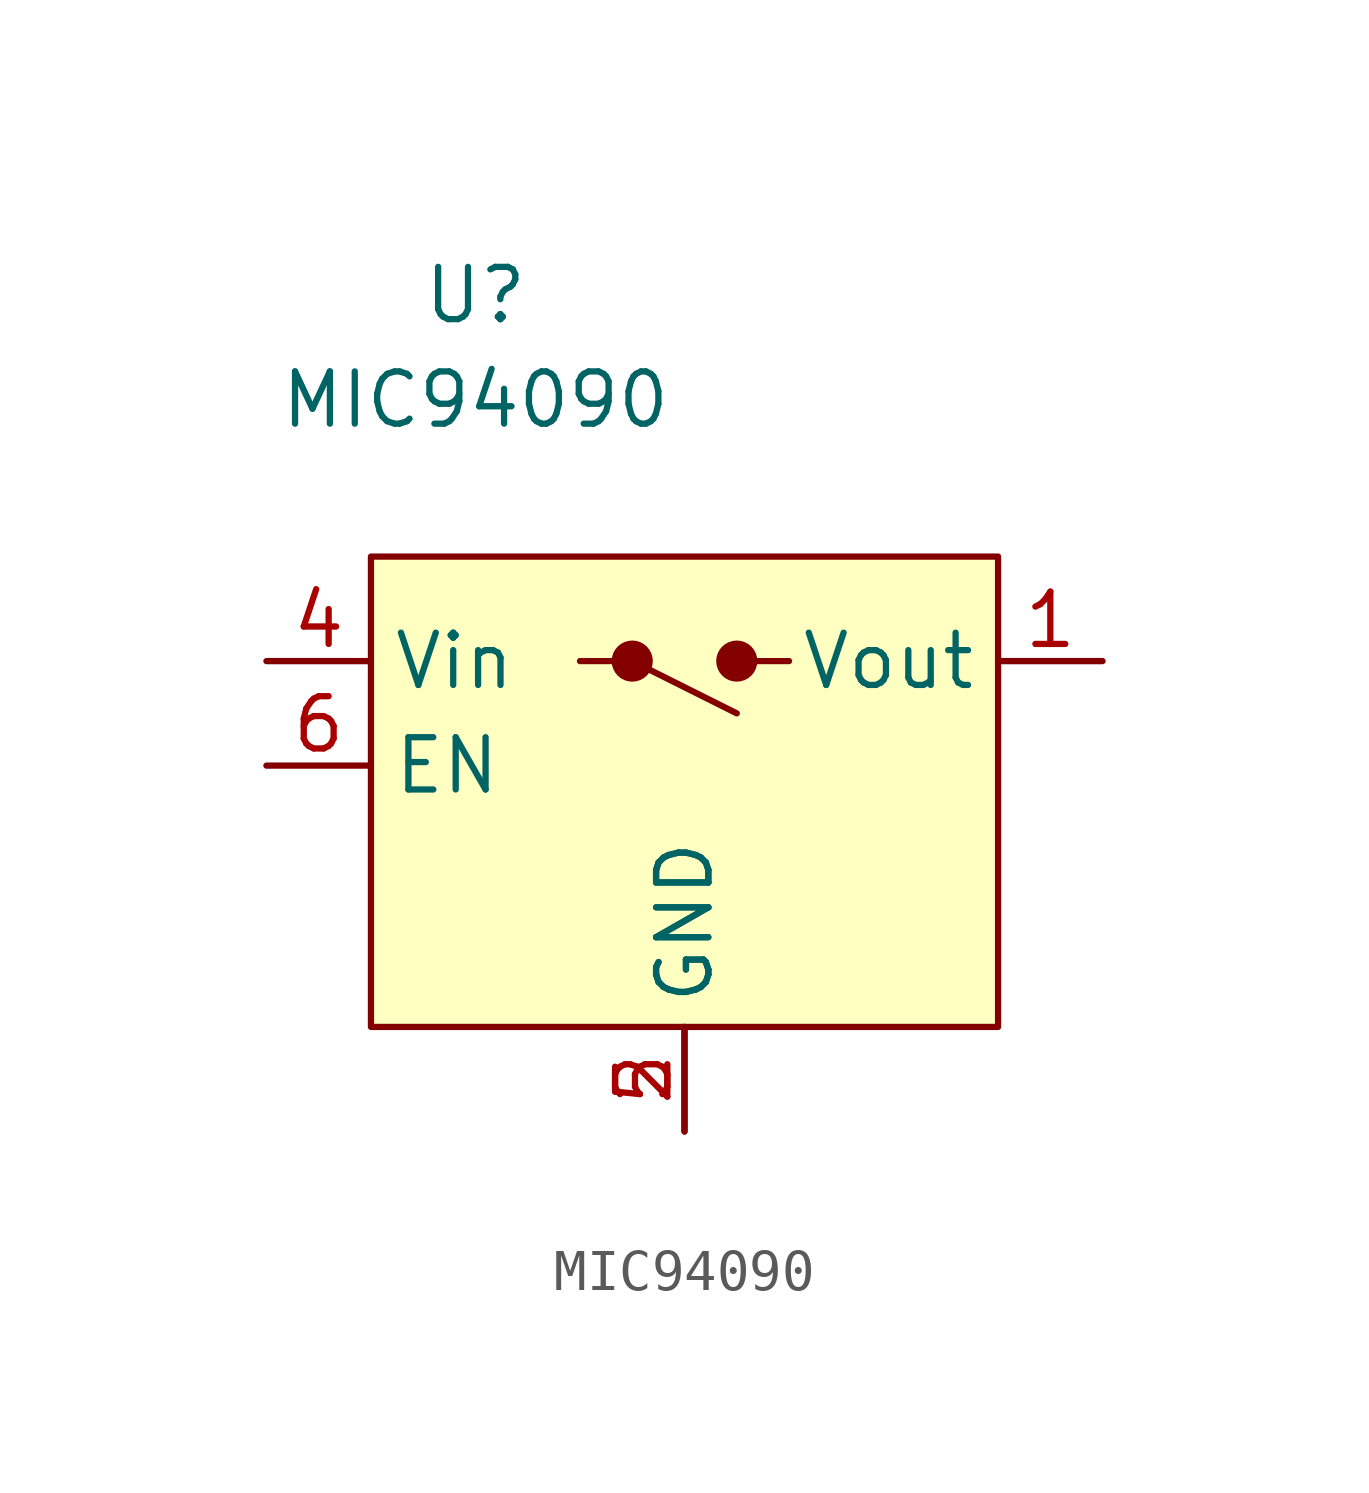
<source format=kicad_sym>
(kicad_symbol_lib
  (version 20211014)
  (generator kicad_symbol_editor)
  (symbol "MIC94090"
    (property "Reference" "U"
      (at 0 0 0)
      (effects (font (size 1.27 1.27))))
    (property "Value" "MIC94090"
      (at 0 -2.54 0)
      (effects (font (size 1.27 1.27))))
    (symbol "MIC94090_0_1"
      (rectangle (start -2.54 -6.35) (end 12.7 -17.78) (stroke (width 0.152) (type default) (color 0 0 0 0)) (fill (type background)))
      (polyline (pts (xy 6.35 -8.89) (xy 7.62 -8.89)) (stroke (width 0.152) (type default) (color 0 0 0 0)) (fill (type none)))
      (polyline (pts (xy 2.54 -8.89) (xy 3.81 -8.89) (xy 6.35 -10.16)) (stroke (width 0.152) (type default) (color 0 0 0 0)) (fill (type none)))
      (circle (center 3.81 -8.89) (radius 0.0001) (stroke (width 0.5) (type default) (color 0 0 0 0)) (fill (type none)))
      (circle (center 6.35 -8.89) (radius 0.0001) (stroke (width 0.5) (type default) (color 0 0 0 0)) (fill (type none))))
    (symbol "MIC94090_1_1"
      (pin input line (at 15.24 -8.89 180) (length 2.54) (name "Vout" (effects (font (size 1.27 1.27)))) (number "1" (effects (font (size 1.27 1.27)))))
      (pin power_in line (at 5.08 -20.32 90) (length 2.54) (name "GND" (effects (font (size 1.27 1.27)))) (number "2" (effects (font (size 1.27 1.27)))))
      (pin input line (at -5.08 -8.89 0) (length 2.54) (name "Vin" (effects (font (size 1.27 1.27)))) (number "4" (effects (font (size 1.27 1.27)))))
      (pin power_in line (at 5.08 -20.32 90) (length 2.54) (name "GND" (effects (font (size 1.27 1.27)))) (number "5" (effects (font (size 1.27 1.27)))))
      (pin input line (at -5.08 -11.43 0) (length 2.54) (name "EN" (effects (font (size 1.27 1.27)))) (number "6" (effects (font (size 1.27 1.27))))))))
</source>
